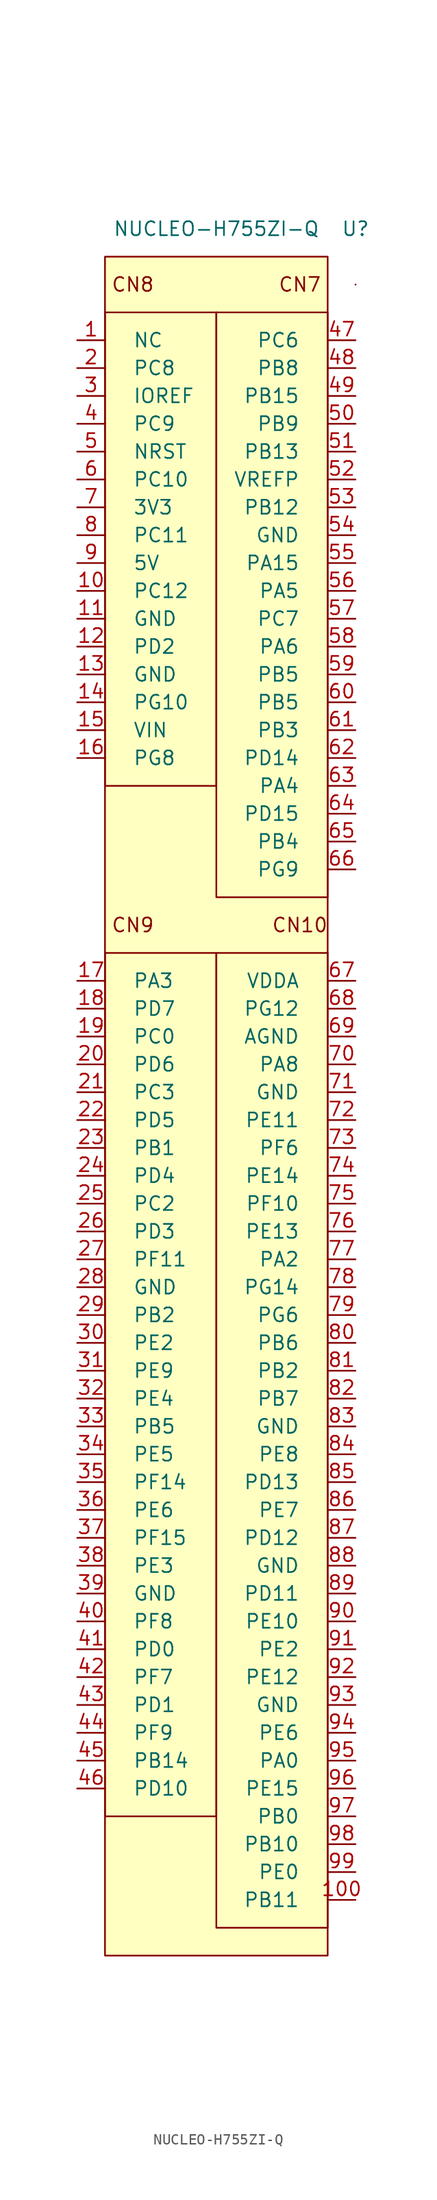
<source format=kicad_sym>
(kicad_symbol_lib
  (version 20220914)
  (generator kicad_symbol_editor)
  (symbol "NUCLEO-H755ZI-Q"
    (pin_names
      (offset 2.54))
    (property "Reference" "U"
      (at 12.7 15.24 0)
      (effects (font (size 1.27 1.27))))
    (property "Value" "NUCLEO-H755ZI-Q"
      (at 0 15.24 0)
      (effects (font (size 1.27 1.27))))
    (symbol "NUCLEO-H755ZI-Q_0_0"
      (rectangle (start -10.16 -50.8) (end 0 -129.54) (stroke (width 0) (type default)) (fill (type none)))
      (rectangle (start -10.16 12.7) (end 10.16 -142.24) (stroke (width 0) (type default)) (fill (type background)))
      (rectangle (start 0 -50.8) (end 10.16 -139.7) (stroke (width 0) (type default)) (fill (type none)))
      (rectangle (start 0 7.62) (end 10.16 -45.72) (stroke (width 0) (type default)) (fill (type none)))
      (text "CN10" (at 7.62 -48.26 0) (effects (font (size 1.27 1.27))))
      (text "CN7" (at 7.62 10.16 0) (effects (font (size 1.27 1.27))))
      (text "CN8" (at -7.62 10.16 0) (effects (font (size 1.27 1.27))))
      (text "CN9" (at -7.62 -48.26 0) (effects (font (size 1.27 1.27)))))
    (symbol "NUCLEO-H755ZI-Q_0_1"
      (rectangle (start -10.16 7.62) (end 0 -35.56) (stroke (width 0) (type default)) (fill (type none)))
      (rectangle (start 12.7 10.16) (end 12.7 10.16) (stroke (width 0) (type default)) (fill (type none)))
      (rectangle (start 12.7 10.16) (end 12.7 10.16) (stroke (width 0) (type default)) (fill (type none))))
    (symbol "NUCLEO-H755ZI-Q_1_1"
      (pin bidirectional line (at -12.7 5.08 0) (length 2.54) (name "NC" (effects (font (size 1.27 1.27)))) (number "1" (effects (font (size 1.27 1.27)))))
      (pin bidirectional line (at -12.7 -17.78 0) (length 2.54) (name "PC12" (effects (font (size 1.27 1.27)))) (number "10" (effects (font (size 1.27 1.27)))))
      (pin bidirectional line (at 12.7 -137.16 180) (length 2.54) (name "PB11" (effects (font (size 1.27 1.27)))) (number "100" (effects (font (size 1.27 1.27)))))
      (pin power_out line (at -12.7 -20.32 0) (length 2.54) (name "GND" (effects (font (size 1.27 1.27)))) (number "11" (effects (font (size 1.27 1.27)))))
      (pin bidirectional line (at -12.7 -22.86 0) (length 2.54) (name "PD2" (effects (font (size 1.27 1.27)))) (number "12" (effects (font (size 1.27 1.27)))))
      (pin power_out line (at -12.7 -25.4 0) (length 2.54) (name "GND" (effects (font (size 1.27 1.27)))) (number "13" (effects (font (size 1.27 1.27)))))
      (pin bidirectional line (at -12.7 -27.94 0) (length 2.54) (name "PG10" (effects (font (size 1.27 1.27)))) (number "14" (effects (font (size 1.27 1.27)))))
      (pin power_in line (at -12.7 -30.48 0) (length 2.54) (name "VIN" (effects (font (size 1.27 1.27)))) (number "15" (effects (font (size 1.27 1.27)))))
      (pin bidirectional line (at -12.7 -33.02 0) (length 2.54) (name "PG8" (effects (font (size 1.27 1.27)))) (number "16" (effects (font (size 1.27 1.27)))))
      (pin bidirectional line (at -12.7 -53.34 0) (length 2.54) (name "PA3" (effects (font (size 1.27 1.27)))) (number "17" (effects (font (size 1.27 1.27)))))
      (pin bidirectional line (at -12.7 -55.88 0) (length 2.54) (name "PD7" (effects (font (size 1.27 1.27)))) (number "18" (effects (font (size 1.27 1.27)))))
      (pin bidirectional line (at -12.7 -58.42 0) (length 2.54) (name "PC0" (effects (font (size 1.27 1.27)))) (number "19" (effects (font (size 1.27 1.27)))))
      (pin bidirectional line (at -12.7 2.54 0) (length 2.54) (name "PC8" (effects (font (size 1.27 1.27)))) (number "2" (effects (font (size 1.27 1.27)))))
      (pin bidirectional line (at -12.7 -60.96 0) (length 2.54) (name "PD6" (effects (font (size 1.27 1.27)))) (number "20" (effects (font (size 1.27 1.27)))))
      (pin bidirectional line (at -12.7 -63.5 0) (length 2.54) (name "PC3" (effects (font (size 1.27 1.27)))) (number "21" (effects (font (size 1.27 1.27)))))
      (pin bidirectional line (at -12.7 -66.04 0) (length 2.54) (name "PD5" (effects (font (size 1.27 1.27)))) (number "22" (effects (font (size 1.27 1.27)))))
      (pin bidirectional line (at -12.7 -68.58 0) (length 2.54) (name "PB1" (effects (font (size 1.27 1.27)))) (number "23" (effects (font (size 1.27 1.27)))))
      (pin bidirectional line (at -12.7 -71.12 0) (length 2.54) (name "PD4" (effects (font (size 1.27 1.27)))) (number "24" (effects (font (size 1.27 1.27)))))
      (pin bidirectional line (at -12.7 -73.66 0) (length 2.54) (name "PC2" (effects (font (size 1.27 1.27)))) (number "25" (effects (font (size 1.27 1.27)))))
      (pin bidirectional line (at -12.7 -76.2 0) (length 2.54) (name "PD3" (effects (font (size 1.27 1.27)))) (number "26" (effects (font (size 1.27 1.27)))))
      (pin bidirectional line (at -12.7 -78.74 0) (length 2.54) (name "PF11" (effects (font (size 1.27 1.27)))) (number "27" (effects (font (size 1.27 1.27)))))
      (pin power_out line (at -12.7 -81.28 0) (length 2.54) (name "GND" (effects (font (size 1.27 1.27)))) (number "28" (effects (font (size 1.27 1.27)))))
      (pin bidirectional line (at -12.7 -83.82 0) (length 2.54) (name "PB2" (effects (font (size 1.27 1.27)))) (number "29" (effects (font (size 1.27 1.27)))))
      (pin bidirectional line (at -12.7 0 0) (length 2.54) (name "IOREF" (effects (font (size 1.27 1.27)))) (number "3" (effects (font (size 1.27 1.27)))))
      (pin bidirectional line (at -12.7 -86.36 0) (length 2.54) (name "PE2" (effects (font (size 1.27 1.27)))) (number "30" (effects (font (size 1.27 1.27)))))
      (pin bidirectional line (at -12.7 -88.9 0) (length 2.54) (name "PE9" (effects (font (size 1.27 1.27)))) (number "31" (effects (font (size 1.27 1.27)))))
      (pin bidirectional line (at -12.7 -91.44 0) (length 2.54) (name "PE4" (effects (font (size 1.27 1.27)))) (number "32" (effects (font (size 1.27 1.27)))))
      (pin bidirectional line (at -12.7 -93.98 0) (length 2.54) (name "PB5" (effects (font (size 1.27 1.27)))) (number "33" (effects (font (size 1.27 1.27)))))
      (pin bidirectional line (at -12.7 -96.52 0) (length 2.54) (name "PE5" (effects (font (size 1.27 1.27)))) (number "34" (effects (font (size 1.27 1.27)))))
      (pin bidirectional line (at -12.7 -99.06 0) (length 2.54) (name "PF14" (effects (font (size 1.27 1.27)))) (number "35" (effects (font (size 1.27 1.27)))))
      (pin bidirectional line (at -12.7 -101.6 0) (length 2.54) (name "PE6" (effects (font (size 1.27 1.27)))) (number "36" (effects (font (size 1.27 1.27)))))
      (pin bidirectional line (at -12.7 -104.14 0) (length 2.54) (name "PF15" (effects (font (size 1.27 1.27)))) (number "37" (effects (font (size 1.27 1.27)))))
      (pin bidirectional line (at -12.7 -106.68 0) (length 2.54) (name "PE3" (effects (font (size 1.27 1.27)))) (number "38" (effects (font (size 1.27 1.27)))))
      (pin power_out line (at -12.7 -109.22 0) (length 2.54) (name "GND" (effects (font (size 1.27 1.27)))) (number "39" (effects (font (size 1.27 1.27)))))
      (pin bidirectional line (at -12.7 -2.54 0) (length 2.54) (name "PC9" (effects (font (size 1.27 1.27)))) (number "4" (effects (font (size 1.27 1.27)))))
      (pin bidirectional line (at -12.7 -111.76 0) (length 2.54) (name "PF8" (effects (font (size 1.27 1.27)))) (number "40" (effects (font (size 1.27 1.27)))))
      (pin bidirectional line (at -12.7 -114.3 0) (length 2.54) (name "PD0" (effects (font (size 1.27 1.27)))) (number "41" (effects (font (size 1.27 1.27)))))
      (pin bidirectional line (at -12.7 -116.84 0) (length 2.54) (name "PF7" (effects (font (size 1.27 1.27)))) (number "42" (effects (font (size 1.27 1.27)))))
      (pin bidirectional line (at -12.7 -119.38 0) (length 2.54) (name "PD1" (effects (font (size 1.27 1.27)))) (number "43" (effects (font (size 1.27 1.27)))))
      (pin bidirectional line (at -12.7 -121.92 0) (length 2.54) (name "PF9" (effects (font (size 1.27 1.27)))) (number "44" (effects (font (size 1.27 1.27)))))
      (pin bidirectional line (at -12.7 -124.46 0) (length 2.54) (name "PB14" (effects (font (size 1.27 1.27)))) (number "45" (effects (font (size 1.27 1.27)))))
      (pin bidirectional line (at -12.7 -127 0) (length 2.54) (name "PD10" (effects (font (size 1.27 1.27)))) (number "46" (effects (font (size 1.27 1.27)))))
      (pin bidirectional line (at 12.7 5.08 180) (length 2.54) (name "PC6" (effects (font (size 1.27 1.27)))) (number "47" (effects (font (size 1.27 1.27)))))
      (pin bidirectional line (at 12.7 2.54 180) (length 2.54) (name "PB8" (effects (font (size 1.27 1.27)))) (number "48" (effects (font (size 1.27 1.27)))))
      (pin bidirectional line (at 12.7 0 180) (length 2.54) (name "PB15" (effects (font (size 1.27 1.27)))) (number "49" (effects (font (size 1.27 1.27)))))
      (pin input line (at -12.7 -5.08 0) (length 2.54) (name "NRST" (effects (font (size 1.27 1.27)))) (number "5" (effects (font (size 1.27 1.27)))))
      (pin bidirectional line (at 12.7 -2.54 180) (length 2.54) (name "PB9" (effects (font (size 1.27 1.27)))) (number "50" (effects (font (size 1.27 1.27)))))
      (pin bidirectional line (at 12.7 -5.08 180) (length 2.54) (name "PB13" (effects (font (size 1.27 1.27)))) (number "51" (effects (font (size 1.27 1.27)))))
      (pin power_in line (at 12.7 -7.62 180) (length 2.54) (name "VREFP" (effects (font (size 1.27 1.27)))) (number "52" (effects (font (size 1.27 1.27)))))
      (pin bidirectional line (at 12.7 -10.16 180) (length 2.54) (name "PB12" (effects (font (size 1.27 1.27)))) (number "53" (effects (font (size 1.27 1.27)))))
      (pin power_out line (at 12.7 -12.7 180) (length 2.54) (name "GND" (effects (font (size 1.27 1.27)))) (number "54" (effects (font (size 1.27 1.27)))))
      (pin bidirectional line (at 12.7 -15.24 180) (length 2.54) (name "PA15" (effects (font (size 1.27 1.27)))) (number "55" (effects (font (size 1.27 1.27)))))
      (pin bidirectional line (at 12.7 -17.78 180) (length 2.54) (name "PA5" (effects (font (size 1.27 1.27)))) (number "56" (effects (font (size 1.27 1.27)))))
      (pin bidirectional line (at 12.7 -20.32 180) (length 2.54) (name "PC7" (effects (font (size 1.27 1.27)))) (number "57" (effects (font (size 1.27 1.27)))))
      (pin bidirectional line (at 12.7 -22.86 180) (length 2.54) (name "PA6" (effects (font (size 1.27 1.27)))) (number "58" (effects (font (size 1.27 1.27)))))
      (pin bidirectional line (at 12.7 -25.4 180) (length 2.54) (name "PB5" (effects (font (size 1.27 1.27)))) (number "59" (effects (font (size 1.27 1.27)))))
      (pin bidirectional line (at -12.7 -7.62 0) (length 2.54) (name "PC10" (effects (font (size 1.27 1.27)))) (number "6" (effects (font (size 1.27 1.27)))))
      (pin bidirectional line (at 12.7 -27.94 180) (length 2.54) (name "PB5" (effects (font (size 1.27 1.27)))) (number "60" (effects (font (size 1.27 1.27)))))
      (pin bidirectional line (at 12.7 -30.48 180) (length 2.54) (name "PB3" (effects (font (size 1.27 1.27)))) (number "61" (effects (font (size 1.27 1.27)))))
      (pin bidirectional line (at 12.7 -33.02 180) (length 2.54) (name "PD14" (effects (font (size 1.27 1.27)))) (number "62" (effects (font (size 1.27 1.27)))))
      (pin bidirectional line (at 12.7 -35.56 180) (length 2.54) (name "PA4" (effects (font (size 1.27 1.27)))) (number "63" (effects (font (size 1.27 1.27)))))
      (pin bidirectional line (at 12.7 -38.1 180) (length 2.54) (name "PD15" (effects (font (size 1.27 1.27)))) (number "64" (effects (font (size 1.27 1.27)))))
      (pin bidirectional line (at 12.7 -40.64 180) (length 2.54) (name "PB4" (effects (font (size 1.27 1.27)))) (number "65" (effects (font (size 1.27 1.27)))))
      (pin bidirectional line (at 12.7 -43.18 180) (length 2.54) (name "PG9" (effects (font (size 1.27 1.27)))) (number "66" (effects (font (size 1.27 1.27)))))
      (pin power_out line (at 12.7 -53.34 180) (length 2.54) (name "VDDA" (effects (font (size 1.27 1.27)))) (number "67" (effects (font (size 1.27 1.27)))))
      (pin bidirectional line (at 12.7 -55.88 180) (length 2.54) (name "PG12" (effects (font (size 1.27 1.27)))) (number "68" (effects (font (size 1.27 1.27)))))
      (pin power_out line (at 12.7 -58.42 180) (length 2.54) (name "AGND" (effects (font (size 1.27 1.27)))) (number "69" (effects (font (size 1.27 1.27)))))
      (pin power_out line (at -12.7 -10.16 0) (length 2.54) (name "3V3" (effects (font (size 1.27 1.27)))) (number "7" (effects (font (size 1.27 1.27)))))
      (pin bidirectional line (at 12.7 -60.96 180) (length 2.54) (name "PA8" (effects (font (size 1.27 1.27)))) (number "70" (effects (font (size 1.27 1.27)))))
      (pin power_out line (at 12.7 -63.5 180) (length 2.54) (name "GND" (effects (font (size 1.27 1.27)))) (number "71" (effects (font (size 1.27 1.27)))))
      (pin bidirectional line (at 12.7 -66.04 180) (length 2.54) (name "PE11" (effects (font (size 1.27 1.27)))) (number "72" (effects (font (size 1.27 1.27)))))
      (pin bidirectional line (at 12.7 -68.58 180) (length 2.54) (name "PF6" (effects (font (size 1.27 1.27)))) (number "73" (effects (font (size 1.27 1.27)))))
      (pin bidirectional line (at 12.7 -71.12 180) (length 2.54) (name "PE14" (effects (font (size 1.27 1.27)))) (number "74" (effects (font (size 1.27 1.27)))))
      (pin bidirectional line (at 12.7 -73.66 180) (length 2.54) (name "PF10" (effects (font (size 1.27 1.27)))) (number "75" (effects (font (size 1.27 1.27)))))
      (pin bidirectional line (at 12.7 -76.2 180) (length 2.54) (name "PE13" (effects (font (size 1.27 1.27)))) (number "76" (effects (font (size 1.27 1.27)))))
      (pin bidirectional line (at 12.7 -78.74 180) (length 2.54) (name "PA2" (effects (font (size 1.27 1.27)))) (number "77" (effects (font (size 1.27 1.27)))))
      (pin bidirectional line (at 12.7 -81.28 180) (length 2.54) (name "PG14" (effects (font (size 1.27 1.27)))) (number "78" (effects (font (size 1.27 1.27)))))
      (pin bidirectional line (at 12.7 -83.82 180) (length 2.54) (name "PG6" (effects (font (size 1.27 1.27)))) (number "79" (effects (font (size 1.27 1.27)))))
      (pin bidirectional line (at -12.7 -12.7 0) (length 2.54) (name "PC11" (effects (font (size 1.27 1.27)))) (number "8" (effects (font (size 1.27 1.27)))))
      (pin bidirectional line (at 12.7 -86.36 180) (length 2.54) (name "PB6" (effects (font (size 1.27 1.27)))) (number "80" (effects (font (size 1.27 1.27)))))
      (pin bidirectional line (at 12.7 -88.9 180) (length 2.54) (name "PB2" (effects (font (size 1.27 1.27)))) (number "81" (effects (font (size 1.27 1.27)))))
      (pin bidirectional line (at 12.7 -91.44 180) (length 2.54) (name "PB7" (effects (font (size 1.27 1.27)))) (number "82" (effects (font (size 1.27 1.27)))))
      (pin power_out line (at 12.7 -93.98 180) (length 2.54) (name "GND" (effects (font (size 1.27 1.27)))) (number "83" (effects (font (size 1.27 1.27)))))
      (pin bidirectional line (at 12.7 -96.52 180) (length 2.54) (name "PE8" (effects (font (size 1.27 1.27)))) (number "84" (effects (font (size 1.27 1.27)))))
      (pin bidirectional line (at 12.7 -99.06 180) (length 2.54) (name "PD13" (effects (font (size 1.27 1.27)))) (number "85" (effects (font (size 1.27 1.27)))))
      (pin bidirectional line (at 12.7 -101.6 180) (length 2.54) (name "PE7" (effects (font (size 1.27 1.27)))) (number "86" (effects (font (size 1.27 1.27)))))
      (pin bidirectional line (at 12.7 -104.14 180) (length 2.54) (name "PD12" (effects (font (size 1.27 1.27)))) (number "87" (effects (font (size 1.27 1.27)))))
      (pin power_out line (at 12.7 -106.68 180) (length 2.54) (name "GND" (effects (font (size 1.27 1.27)))) (number "88" (effects (font (size 1.27 1.27)))))
      (pin bidirectional line (at 12.7 -109.22 180) (length 2.54) (name "PD11" (effects (font (size 1.27 1.27)))) (number "89" (effects (font (size 1.27 1.27)))))
      (pin power_out line (at -12.7 -15.24 0) (length 2.54) (name "5V" (effects (font (size 1.27 1.27)))) (number "9" (effects (font (size 1.27 1.27)))))
      (pin bidirectional line (at 12.7 -111.76 180) (length 2.54) (name "PE10" (effects (font (size 1.27 1.27)))) (number "90" (effects (font (size 1.27 1.27)))))
      (pin bidirectional line (at 12.7 -114.3 180) (length 2.54) (name "PE2" (effects (font (size 1.27 1.27)))) (number "91" (effects (font (size 1.27 1.27)))))
      (pin bidirectional line (at 12.7 -116.84 180) (length 2.54) (name "PE12" (effects (font (size 1.27 1.27)))) (number "92" (effects (font (size 1.27 1.27)))))
      (pin power_out line (at 12.7 -119.38 180) (length 2.54) (name "GND" (effects (font (size 1.27 1.27)))) (number "93" (effects (font (size 1.27 1.27)))))
      (pin bidirectional line (at 12.7 -121.92 180) (length 2.54) (name "PE6" (effects (font (size 1.27 1.27)))) (number "94" (effects (font (size 1.27 1.27)))))
      (pin bidirectional line (at 12.7 -124.46 180) (length 2.54) (name "PA0" (effects (font (size 1.27 1.27)))) (number "95" (effects (font (size 1.27 1.27)))))
      (pin bidirectional line (at 12.7 -127 180) (length 2.54) (name "PE15" (effects (font (size 1.27 1.27)))) (number "96" (effects (font (size 1.27 1.27)))))
      (pin bidirectional line (at 12.7 -129.54 180) (length 2.54) (name "PB0" (effects (font (size 1.27 1.27)))) (number "97" (effects (font (size 1.27 1.27)))))
      (pin bidirectional line (at 12.7 -132.08 180) (length 2.54) (name "PB10" (effects (font (size 1.27 1.27)))) (number "98" (effects (font (size 1.27 1.27)))))
      (pin bidirectional line (at 12.7 -134.62 180) (length 2.54) (name "PE0" (effects (font (size 1.27 1.27)))) (number "99" (effects (font (size 1.27 1.27))))))))
</source>
